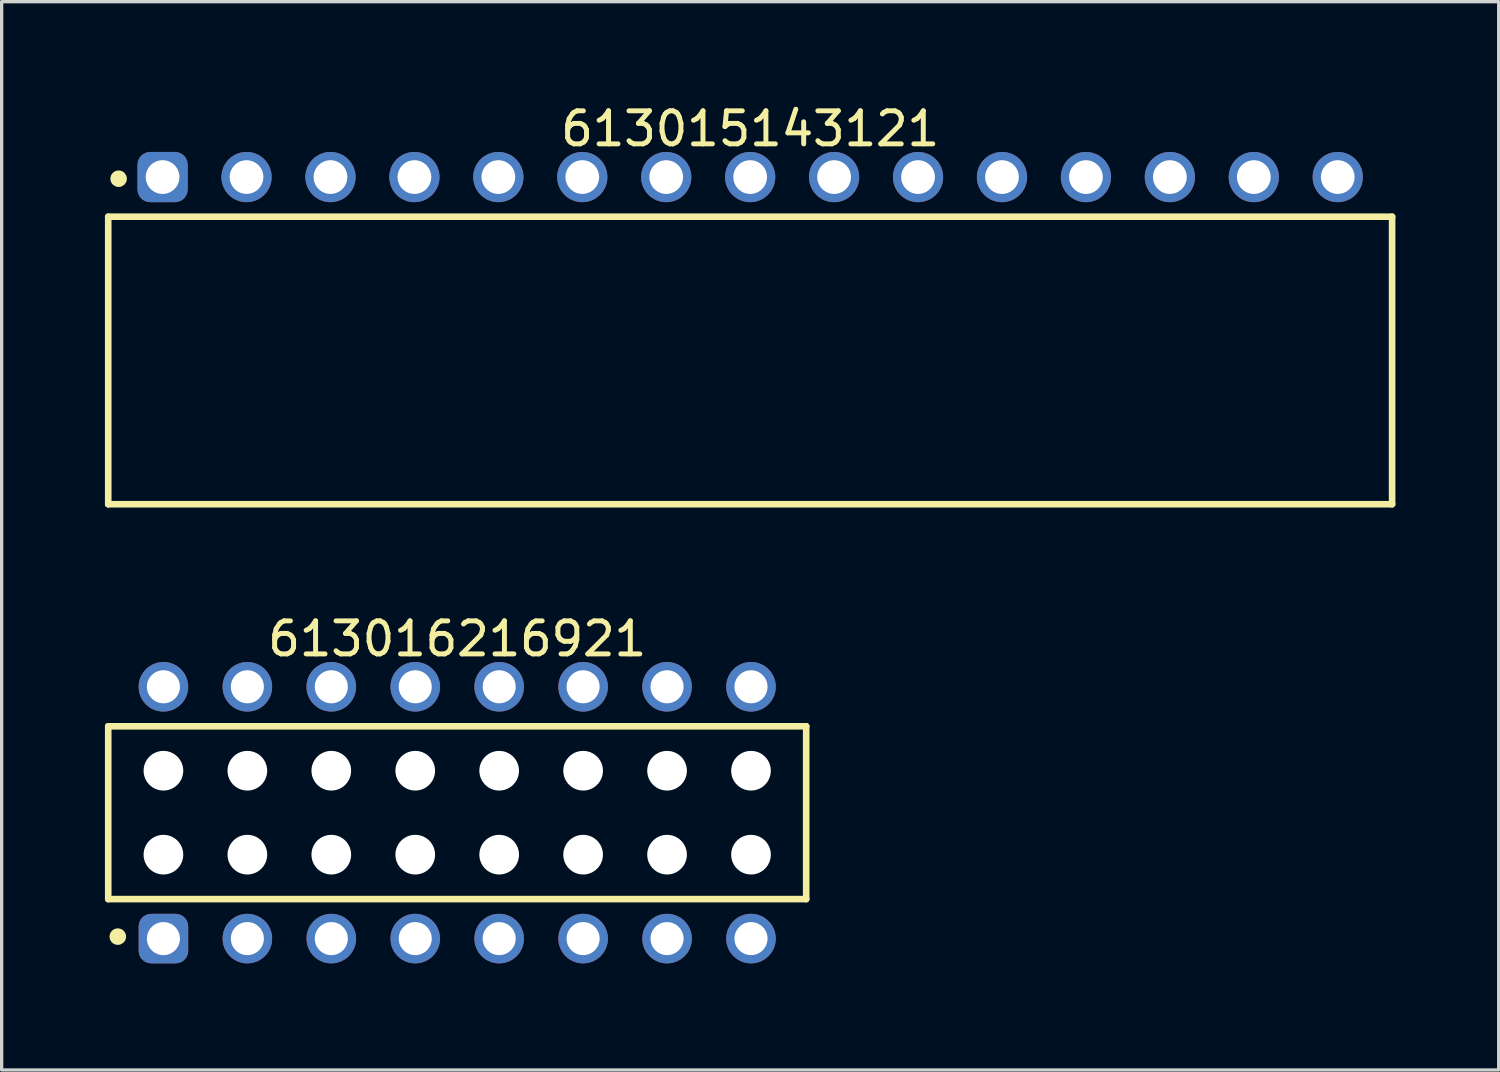
<source format=kicad_pcb>
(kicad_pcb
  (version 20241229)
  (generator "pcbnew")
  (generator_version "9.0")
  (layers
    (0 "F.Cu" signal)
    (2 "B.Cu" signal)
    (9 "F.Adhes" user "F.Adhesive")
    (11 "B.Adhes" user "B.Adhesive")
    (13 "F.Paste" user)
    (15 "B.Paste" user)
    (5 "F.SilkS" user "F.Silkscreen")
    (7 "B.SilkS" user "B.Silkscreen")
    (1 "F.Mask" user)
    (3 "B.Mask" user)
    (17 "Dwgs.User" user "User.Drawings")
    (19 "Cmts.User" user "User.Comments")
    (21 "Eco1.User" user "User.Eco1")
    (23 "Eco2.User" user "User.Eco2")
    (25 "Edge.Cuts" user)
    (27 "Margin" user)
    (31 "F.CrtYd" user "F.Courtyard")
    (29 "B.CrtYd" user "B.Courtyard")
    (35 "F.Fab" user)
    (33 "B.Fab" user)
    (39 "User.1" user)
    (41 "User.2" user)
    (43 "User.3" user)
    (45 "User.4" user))
  (footprint "613016216921"
    (layer "F.Cu")
    (at 10.785 21.542)
    (property "Reference" "613016216921" (at 0 -5.26 0) (layer "F.SilkS") (effects (font (size 1 1) (thickness 0.15))))
    (fp_line (start -10.56 -2.615) (end 10.56 -2.615) (stroke (width 0.2) (type solid)) (layer "F.SilkS"))
    (fp_line (start -10.56 2.615) (end -10.56 -2.615) (stroke (width 0.2) (type solid)) (layer "F.SilkS"))
    (fp_line (start -10.56 2.615) (end 10.56 2.615) (stroke (width 0.2) (type solid)) (layer "F.SilkS"))
    (fp_line (start 10.56 2.615) (end 10.56 -2.615) (stroke (width 0.2) (type solid)) (layer "F.SilkS"))
    (fp_circle (center -10.27 3.75) (end -10.27 3.625) (stroke (width 0.25) (type solid)) (fill no) (layer "F.SilkS"))
    (fp_line (start -10.76 -4.76) (end 10.76 -4.76) (stroke (width 0.05) (type solid)) (layer "Eco2.User"))
    (fp_line (start -10.76 4.76) (end -10.76 -4.76) (stroke (width 0.05) (type solid)) (layer "Eco2.User"))
    (fp_line (start -10.76 4.76) (end 10.76 4.76) (stroke (width 0.05) (type solid)) (layer "Eco2.User"))
    (fp_line (start -10.41 -2.54) (end 10.41 -2.54) (stroke (width 0.1) (type solid)) (layer "Eco2.User"))
    (fp_line (start -10.41 2.54) (end -10.41 -2.54) (stroke (width 0.1) (type solid)) (layer "Eco2.User"))
    (fp_line (start -10.41 2.54) (end 10.41 2.54) (stroke (width 0.1) (type solid)) (layer "Eco2.User"))
    (fp_line (start -9.29 -3.935) (end -8.49 -3.935) (stroke (width 0.1) (type solid)) (layer "Eco2.User"))
    (fp_line (start -9.29 -2.54) (end -9.29 -3.935) (stroke (width 0.1) (type solid)) (layer "Eco2.User"))
    (fp_line (start -9.29 3.935) (end -9.29 2.54) (stroke (width 0.1) (type solid)) (layer "Eco2.User"))
    (fp_line (start -9.29 3.935) (end -8.49 3.935) (stroke (width 0.1) (type solid)) (layer "Eco2.User"))
    (fp_line (start -8.49 -2.54) (end -8.49 -3.935) (stroke (width 0.1) (type solid)) (layer "Eco2.User"))
    (fp_line (start -8.49 3.935) (end -8.49 2.54) (stroke (width 0.1) (type solid)) (layer "Eco2.User"))
    (fp_line (start -6.75 -3.935) (end -5.95 -3.935) (stroke (width 0.1) (type solid)) (layer "Eco2.User"))
    (fp_line (start -6.75 -2.54) (end -6.75 -3.935) (stroke (width 0.1) (type solid)) (layer "Eco2.User"))
    (fp_line (start -6.75 3.935) (end -6.75 2.54) (stroke (width 0.1) (type solid)) (layer "Eco2.User"))
    (fp_line (start -6.75 3.935) (end -5.95 3.935) (stroke (width 0.1) (type solid)) (layer "Eco2.User"))
    (fp_line (start -5.95 -2.54) (end -5.95 -3.935) (stroke (width 0.1) (type solid)) (layer "Eco2.User"))
    (fp_line (start -5.95 3.935) (end -5.95 2.54) (stroke (width 0.1) (type solid)) (layer "Eco2.User"))
    (fp_line (start -4.21 -3.935) (end -3.41 -3.935) (stroke (width 0.1) (type solid)) (layer "Eco2.User"))
    (fp_line (start -4.21 -2.54) (end -4.21 -3.935) (stroke (width 0.1) (type solid)) (layer "Eco2.User"))
    (fp_line (start -4.21 3.935) (end -4.21 2.54) (stroke (width 0.1) (type solid)) (layer "Eco2.User"))
    (fp_line (start -4.21 3.935) (end -3.41 3.935) (stroke (width 0.1) (type solid)) (layer "Eco2.User"))
    (fp_line (start -3.41 -2.54) (end -3.41 -3.935) (stroke (width 0.1) (type solid)) (layer "Eco2.User"))
    (fp_line (start -3.41 3.935) (end -3.41 2.54) (stroke (width 0.1) (type solid)) (layer "Eco2.User"))
    (fp_line (start -1.67 -3.935) (end -0.87 -3.935) (stroke (width 0.1) (type solid)) (layer "Eco2.User"))
    (fp_line (start -1.67 -2.54) (end -1.67 -3.935) (stroke (width 0.1) (type solid)) (layer "Eco2.User"))
    (fp_line (start -1.67 3.935) (end -1.67 2.54) (stroke (width 0.1) (type solid)) (layer "Eco2.User"))
    (fp_line (start -1.67 3.935) (end -0.87 3.935) (stroke (width 0.1) (type solid)) (layer "Eco2.User"))
    (fp_line (start -0.87 -2.54) (end -0.87 -3.935) (stroke (width 0.1) (type solid)) (layer "Eco2.User"))
    (fp_line (start -0.87 3.935) (end -0.87 2.54) (stroke (width 0.1) (type solid)) (layer "Eco2.User"))
    (fp_line (start -0.5 0) (end 0.5 0) (stroke (width 0.05) (type solid)) (layer "Eco2.User"))
    (fp_line (start 0 0.5) (end 0 -0.5) (stroke (width 0.05) (type solid)) (layer "Eco2.User"))
    (fp_line (start 0.87 -3.935) (end 1.67 -3.935) (stroke (width 0.1) (type solid)) (layer "Eco2.User"))
    (fp_line (start 0.87 -2.54) (end 0.87 -3.935) (stroke (width 0.1) (type solid)) (layer "Eco2.User"))
    (fp_line (start 0.87 3.935) (end 0.87 2.54) (stroke (width 0.1) (type solid)) (layer "Eco2.User"))
    (fp_line (start 0.87 3.935) (end 1.67 3.935) (stroke (width 0.1) (type solid)) (layer "Eco2.User"))
    (fp_line (start 1.67 -2.54) (end 1.67 -3.935) (stroke (width 0.1) (type solid)) (layer "Eco2.User"))
    (fp_line (start 1.67 3.935) (end 1.67 2.54) (stroke (width 0.1) (type solid)) (layer "Eco2.User"))
    (fp_line (start 3.41 -3.935) (end 4.21 -3.935) (stroke (width 0.1) (type solid)) (layer "Eco2.User"))
    (fp_line (start 3.41 -2.54) (end 3.41 -3.935) (stroke (width 0.1) (type solid)) (layer "Eco2.User"))
    (fp_line (start 3.41 3.935) (end 3.41 2.54) (stroke (width 0.1) (type solid)) (layer "Eco2.User"))
    (fp_line (start 3.41 3.935) (end 4.21 3.935) (stroke (width 0.1) (type solid)) (layer "Eco2.User"))
    (fp_line (start 4.21 -2.54) (end 4.21 -3.935) (stroke (width 0.1) (type solid)) (layer "Eco2.User"))
    (fp_line (start 4.21 3.935) (end 4.21 2.54) (stroke (width 0.1) (type solid)) (layer "Eco2.User"))
    (fp_line (start 5.95 -3.935) (end 6.75 -3.935) (stroke (width 0.1) (type solid)) (layer "Eco2.User"))
    (fp_line (start 5.95 -2.54) (end 5.95 -3.935) (stroke (width 0.1) (type solid)) (layer "Eco2.User"))
    (fp_line (start 5.95 3.935) (end 5.95 2.54) (stroke (width 0.1) (type solid)) (layer "Eco2.User"))
    (fp_line (start 5.95 3.935) (end 6.75 3.935) (stroke (width 0.1) (type solid)) (layer "Eco2.User"))
    (fp_line (start 6.75 -2.54) (end 6.75 -3.935) (stroke (width 0.1) (type solid)) (layer "Eco2.User"))
    (fp_line (start 6.75 3.935) (end 6.75 2.54) (stroke (width 0.1) (type solid)) (layer "Eco2.User"))
    (fp_line (start 8.49 -3.935) (end 9.29 -3.935) (stroke (width 0.1) (type solid)) (layer "Eco2.User"))
    (fp_line (start 8.49 -2.54) (end 8.49 -3.935) (stroke (width 0.1) (type solid)) (layer "Eco2.User"))
    (fp_line (start 8.49 3.935) (end 8.49 2.54) (stroke (width 0.1) (type solid)) (layer "Eco2.User"))
    (fp_line (start 8.49 3.935) (end 9.29 3.935) (stroke (width 0.1) (type solid)) (layer "Eco2.User"))
    (fp_line (start 9.29 -2.54) (end 9.29 -3.935) (stroke (width 0.1) (type solid)) (layer "Eco2.User"))
    (fp_line (start 9.29 3.935) (end 9.29 2.54) (stroke (width 0.1) (type solid)) (layer "Eco2.User"))
    (fp_line (start 10.41 2.54) (end 10.41 -2.54) (stroke (width 0.1) (type solid)) (layer "Eco2.User"))
    (fp_line (start 10.76 4.76) (end 10.76 -4.76) (stroke (width 0.05) (type solid)) (layer "Eco2.User"))
    (fp_text user "${REFERENCE}" (at 0.15 -0.197 0) (unlocked yes) (layer "User.3") (effects (font (size 1.5 1.5) (thickness 0.15))))
    (pad "" np_thru_hole circle (at -8.89 -1.27) (size 1.2 1.2) (drill 1.2) (layers "*.Cu" "*.Mask"))
    (pad "" np_thru_hole circle (at -8.89 1.27) (size 1.2 1.2) (drill 1.2) (layers "*.Cu" "*.Mask"))
    (pad "" np_thru_hole circle (at -6.35 -1.27) (size 1.2 1.2) (drill 1.2) (layers "*.Cu" "*.Mask"))
    (pad "" np_thru_hole circle (at -6.35 1.27) (size 1.2 1.2) (drill 1.2) (layers "*.Cu" "*.Mask"))
    (pad "" np_thru_hole circle (at -3.81 -1.27) (size 1.2 1.2) (drill 1.2) (layers "*.Cu" "*.Mask"))
    (pad "" np_thru_hole circle (at -3.81 1.27) (size 1.2 1.2) (drill 1.2) (layers "*.Cu" "*.Mask"))
    (pad "" np_thru_hole circle (at -1.27 -1.27) (size 1.2 1.2) (drill 1.2) (layers "*.Cu" "*.Mask"))
    (pad "" np_thru_hole circle (at -1.27 1.27) (size 1.2 1.2) (drill 1.2) (layers "*.Cu" "*.Mask"))
    (pad "" np_thru_hole circle (at 1.27 -1.27) (size 1.2 1.2) (drill 1.2) (layers "*.Cu" "*.Mask"))
    (pad "" np_thru_hole circle (at 1.27 1.27) (size 1.2 1.2) (drill 1.2) (layers "*.Cu" "*.Mask"))
    (pad "" np_thru_hole circle (at 3.81 -1.27) (size 1.2 1.2) (drill 1.2) (layers "*.Cu" "*.Mask"))
    (pad "" np_thru_hole circle (at 3.81 1.27) (size 1.2 1.2) (drill 1.2) (layers "*.Cu" "*.Mask"))
    (pad "" np_thru_hole circle (at 6.35 -1.27) (size 1.2 1.2) (drill 1.2) (layers "*.Cu" "*.Mask"))
    (pad "" np_thru_hole circle (at 6.35 1.27) (size 1.2 1.2) (drill 1.2) (layers "*.Cu" "*.Mask"))
    (pad "" np_thru_hole circle (at 8.89 -1.27) (size 1.2 1.2) (drill 1.2) (layers "*.Cu" "*.Mask"))
    (pad "" np_thru_hole circle (at 8.89 1.27) (size 1.2 1.2) (drill 1.2) (layers "*.Cu" "*.Mask"))
    (pad "1" thru_hole roundrect (at -8.89 3.81) (size 1.5 1.5) (drill 1) (layers "*.Cu" "*.Mask") (roundrect_rratio 0.25))
    (pad "2" thru_hole circle (at -8.89 -3.81) (size 1.5 1.5) (drill 1) (layers "*.Cu" "*.Mask"))
    (pad "3" thru_hole circle (at -6.35 3.81) (size 1.5 1.5) (drill 1) (layers "*.Cu" "*.Mask"))
    (pad "4" thru_hole circle (at -6.35 -3.81) (size 1.5 1.5) (drill 1) (layers "*.Cu" "*.Mask"))
    (pad "5" thru_hole circle (at -3.81 3.81) (size 1.5 1.5) (drill 1) (layers "*.Cu" "*.Mask"))
    (pad "6" thru_hole circle (at -3.81 -3.81) (size 1.5 1.5) (drill 1) (layers "*.Cu" "*.Mask"))
    (pad "7" thru_hole circle (at -1.27 3.81) (size 1.5 1.5) (drill 1) (layers "*.Cu" "*.Mask"))
    (pad "8" thru_hole circle (at -1.27 -3.81) (size 1.5 1.5) (drill 1) (layers "*.Cu" "*.Mask"))
    (pad "9" thru_hole circle (at 1.27 3.81) (size 1.5 1.5) (drill 1) (layers "*.Cu" "*.Mask"))
    (pad "10" thru_hole circle (at 1.27 -3.81) (size 1.5 1.5) (drill 1) (layers "*.Cu" "*.Mask"))
    (pad "11" thru_hole circle (at 3.81 3.81) (size 1.5 1.5) (drill 1) (layers "*.Cu" "*.Mask"))
    (pad "12" thru_hole circle (at 3.81 -3.81) (size 1.5 1.5) (drill 1) (layers "*.Cu" "*.Mask"))
    (pad "13" thru_hole circle (at 6.35 3.81) (size 1.5 1.5) (drill 1) (layers "*.Cu" "*.Mask"))
    (pad "14" thru_hole circle (at 6.35 -3.81) (size 1.5 1.5) (drill 1) (layers "*.Cu" "*.Mask"))
    (pad "15" thru_hole circle (at 8.89 3.81) (size 1.5 1.5) (drill 1) (layers "*.Cu" "*.Mask"))
    (pad "16" thru_hole circle (at 8.89 -3.81) (size 1.5 1.5) (drill 1) (layers "*.Cu" "*.Mask")))
  (footprint "613015143121"
    (layer "F.Cu")
    (at 19.65 7.858)
    (property "Reference" "613015143121" (at 0 -7.01 0) (layer "F.SilkS") (effects (font (size 1 1) (thickness 0.15))))
    (fp_line (start -19.425 -4.35) (end 19.425 -4.35) (stroke (width 0.2) (type solid)) (layer "F.SilkS"))
    (fp_line (start -19.425 4.35) (end -19.425 -4.35) (stroke (width 0.2) (type solid)) (layer "F.SilkS"))
    (fp_line (start -19.425 4.35) (end 19.425 4.35) (stroke (width 0.2) (type solid)) (layer "F.SilkS"))
    (fp_line (start 19.425 4.35) (end 19.425 -4.35) (stroke (width 0.2) (type solid)) (layer "F.SilkS"))
    (fp_circle (center -19.11 -5.5) (end -19.11 -5.625) (stroke (width 0.25) (type solid)) (fill no) (layer "F.SilkS"))
    (fp_line (start -19.625 -6.51) (end 19.625 -6.51) (stroke (width 0.05) (type solid)) (layer "Eco2.User"))
    (fp_line (start -19.625 4.55) (end -19.625 -6.51) (stroke (width 0.05) (type solid)) (layer "Eco2.User"))
    (fp_line (start -19.625 4.55) (end 19.625 4.55) (stroke (width 0.05) (type solid)) (layer "Eco2.User"))
    (fp_line (start -19.3 -4.25) (end 19.3 -4.25) (stroke (width 0.1) (type solid)) (layer "Eco2.User"))
    (fp_line (start -19.3 4.25) (end -19.3 -4.25) (stroke (width 0.1) (type solid)) (layer "Eco2.User"))
    (fp_line (start -19.3 4.25) (end 19.3 4.25) (stroke (width 0.1) (type solid)) (layer "Eco2.User"))
    (fp_line (start -18.15 -5.75) (end -17.41 -5.75) (stroke (width 0.1) (type solid)) (layer "Eco2.User"))
    (fp_line (start -18.15 -4.25) (end -18.15 -5.75) (stroke (width 0.1) (type solid)) (layer "Eco2.User"))
    (fp_line (start -17.41 -4.25) (end -17.41 -5.75) (stroke (width 0.1) (type solid)) (layer "Eco2.User"))
    (fp_line (start -15.61 -5.75) (end -14.87 -5.75) (stroke (width 0.1) (type solid)) (layer "Eco2.User"))
    (fp_line (start -15.61 -4.25) (end -15.61 -5.75) (stroke (width 0.1) (type solid)) (layer "Eco2.User"))
    (fp_line (start -14.87 -4.25) (end -14.87 -5.75) (stroke (width 0.1) (type solid)) (layer "Eco2.User"))
    (fp_line (start -13.07 -5.75) (end -12.33 -5.75) (stroke (width 0.1) (type solid)) (layer "Eco2.User"))
    (fp_line (start -13.07 -4.25) (end -13.07 -5.75) (stroke (width 0.1) (type solid)) (layer "Eco2.User"))
    (fp_line (start -12.33 -4.25) (end -12.33 -5.75) (stroke (width 0.1) (type solid)) (layer "Eco2.User"))
    (fp_line (start -10.53 -5.75) (end -9.79 -5.75) (stroke (width 0.1) (type solid)) (layer "Eco2.User"))
    (fp_line (start -10.53 -4.25) (end -10.53 -5.75) (stroke (width 0.1) (type solid)) (layer "Eco2.User"))
    (fp_line (start -9.79 -4.25) (end -9.79 -5.75) (stroke (width 0.1) (type solid)) (layer "Eco2.User"))
    (fp_line (start -7.99 -5.75) (end -7.25 -5.75) (stroke (width 0.1) (type solid)) (layer "Eco2.User"))
    (fp_line (start -7.99 -4.25) (end -7.99 -5.75) (stroke (width 0.1) (type solid)) (layer "Eco2.User"))
    (fp_line (start -7.25 -4.25) (end -7.25 -5.75) (stroke (width 0.1) (type solid)) (layer "Eco2.User"))
    (fp_line (start -5.45 -5.75) (end -4.71 -5.75) (stroke (width 0.1) (type solid)) (layer "Eco2.User"))
    (fp_line (start -5.45 -4.25) (end -5.45 -5.75) (stroke (width 0.1) (type solid)) (layer "Eco2.User"))
    (fp_line (start -4.71 -4.25) (end -4.71 -5.75) (stroke (width 0.1) (type solid)) (layer "Eco2.User"))
    (fp_line (start -2.91 -5.75) (end -2.17 -5.75) (stroke (width 0.1) (type solid)) (layer "Eco2.User"))
    (fp_line (start -2.91 -4.25) (end -2.91 -5.75) (stroke (width 0.1) (type solid)) (layer "Eco2.User"))
    (fp_line (start -2.17 -4.25) (end -2.17 -5.75) (stroke (width 0.1) (type solid)) (layer "Eco2.User"))
    (fp_line (start -0.5 0) (end 0.5 0) (stroke (width 0.05) (type solid)) (layer "Eco2.User"))
    (fp_line (start -0.37 -5.75) (end 0.37 -5.75) (stroke (width 0.1) (type solid)) (layer "Eco2.User"))
    (fp_line (start -0.37 -4.25) (end -0.37 -5.75) (stroke (width 0.1) (type solid)) (layer "Eco2.User"))
    (fp_line (start 0 0.5) (end 0 -0.5) (stroke (width 0.05) (type solid)) (layer "Eco2.User"))
    (fp_line (start 0.37 -4.25) (end 0.37 -5.75) (stroke (width 0.1) (type solid)) (layer "Eco2.User"))
    (fp_line (start 2.17 -5.75) (end 2.91 -5.75) (stroke (width 0.1) (type solid)) (layer "Eco2.User"))
    (fp_line (start 2.17 -4.25) (end 2.17 -5.75) (stroke (width 0.1) (type solid)) (layer "Eco2.User"))
    (fp_line (start 2.91 -4.25) (end 2.91 -5.75) (stroke (width 0.1) (type solid)) (layer "Eco2.User"))
    (fp_line (start 4.71 -5.75) (end 5.45 -5.75) (stroke (width 0.1) (type solid)) (layer "Eco2.User"))
    (fp_line (start 4.71 -4.25) (end 4.71 -5.75) (stroke (width 0.1) (type solid)) (layer "Eco2.User"))
    (fp_line (start 5.45 -4.25) (end 5.45 -5.75) (stroke (width 0.1) (type solid)) (layer "Eco2.User"))
    (fp_line (start 7.25 -5.75) (end 7.99 -5.75) (stroke (width 0.1) (type solid)) (layer "Eco2.User"))
    (fp_line (start 7.25 -4.25) (end 7.25 -5.75) (stroke (width 0.1) (type solid)) (layer "Eco2.User"))
    (fp_line (start 7.99 -4.25) (end 7.99 -5.75) (stroke (width 0.1) (type solid)) (layer "Eco2.User"))
    (fp_line (start 9.79 -5.75) (end 10.53 -5.75) (stroke (width 0.1) (type solid)) (layer "Eco2.User"))
    (fp_line (start 9.79 -4.25) (end 9.79 -5.75) (stroke (width 0.1) (type solid)) (layer "Eco2.User"))
    (fp_line (start 10.53 -4.25) (end 10.53 -5.75) (stroke (width 0.1) (type solid)) (layer "Eco2.User"))
    (fp_line (start 12.33 -5.75) (end 13.07 -5.75) (stroke (width 0.1) (type solid)) (layer "Eco2.User"))
    (fp_line (start 12.33 -4.25) (end 12.33 -5.75) (stroke (width 0.1) (type solid)) (layer "Eco2.User"))
    (fp_line (start 13.07 -4.25) (end 13.07 -5.75) (stroke (width 0.1) (type solid)) (layer "Eco2.User"))
    (fp_line (start 14.87 -5.75) (end 15.61 -5.75) (stroke (width 0.1) (type solid)) (layer "Eco2.User"))
    (fp_line (start 14.87 -4.25) (end 14.87 -5.75) (stroke (width 0.1) (type solid)) (layer "Eco2.User"))
    (fp_line (start 15.61 -4.25) (end 15.61 -5.75) (stroke (width 0.1) (type solid)) (layer "Eco2.User"))
    (fp_line (start 17.41 -5.75) (end 18.15 -5.75) (stroke (width 0.1) (type solid)) (layer "Eco2.User"))
    (fp_line (start 17.41 -4.25) (end 17.41 -5.75) (stroke (width 0.1) (type solid)) (layer "Eco2.User"))
    (fp_line (start 18.15 -4.25) (end 18.15 -5.75) (stroke (width 0.1) (type solid)) (layer "Eco2.User"))
    (fp_line (start 19.3 4.25) (end 19.3 -4.25) (stroke (width 0.1) (type solid)) (layer "Eco2.User"))
    (fp_line (start 19.625 4.55) (end 19.625 -6.51) (stroke (width 0.05) (type solid)) (layer "Eco2.User"))
    (fp_text user "${REFERENCE}" (at 0.15 -0.197 0) (unlocked yes) (layer "User.3") (effects (font (size 1.5 1.5) (thickness 0.15))))
    (pad "1" thru_hole roundrect (at -17.78 -5.55) (size 1.52 1.52) (drill 1.02) (layers "*.Cu" "*.Mask") (roundrect_rratio 0.25))
    (pad "2" thru_hole circle (at -15.24 -5.55) (size 1.52 1.52) (drill 1.02) (layers "*.Cu" "*.Mask"))
    (pad "3" thru_hole circle (at -12.7 -5.55) (size 1.52 1.52) (drill 1.02) (layers "*.Cu" "*.Mask"))
    (pad "4" thru_hole circle (at -10.16 -5.55) (size 1.52 1.52) (drill 1.02) (layers "*.Cu" "*.Mask"))
    (pad "5" thru_hole circle (at -7.62 -5.55) (size 1.52 1.52) (drill 1.02) (layers "*.Cu" "*.Mask"))
    (pad "6" thru_hole circle (at -5.08 -5.55) (size 1.52 1.52) (drill 1.02) (layers "*.Cu" "*.Mask"))
    (pad "7" thru_hole circle (at -2.54 -5.55) (size 1.52 1.52) (drill 1.02) (layers "*.Cu" "*.Mask"))
    (pad "8" thru_hole circle (at 0 -5.55) (size 1.52 1.52) (drill 1.02) (layers "*.Cu" "*.Mask"))
    (pad "9" thru_hole circle (at 2.54 -5.55) (size 1.52 1.52) (drill 1.02) (layers "*.Cu" "*.Mask"))
    (pad "10" thru_hole circle (at 5.08 -5.55) (size 1.52 1.52) (drill 1.02) (layers "*.Cu" "*.Mask"))
    (pad "11" thru_hole circle (at 7.62 -5.55) (size 1.52 1.52) (drill 1.02) (layers "*.Cu" "*.Mask"))
    (pad "12" thru_hole circle (at 10.16 -5.55) (size 1.52 1.52) (drill 1.02) (layers "*.Cu" "*.Mask"))
    (pad "13" thru_hole circle (at 12.7 -5.55) (size 1.52 1.52) (drill 1.02) (layers "*.Cu" "*.Mask"))
    (pad "14" thru_hole circle (at 15.24 -5.55) (size 1.52 1.52) (drill 1.02) (layers "*.Cu" "*.Mask"))
    (pad "15" thru_hole circle (at 17.78 -5.55) (size 1.52 1.52) (drill 1.02) (layers "*.Cu" "*.Mask")))
  (gr_rect
    (start -3 -3)
    (end 42.3 29.327)
    (stroke (width 0.1) (type default))
    (fill no)
    (layer "Edge.Cuts")))
</source>
